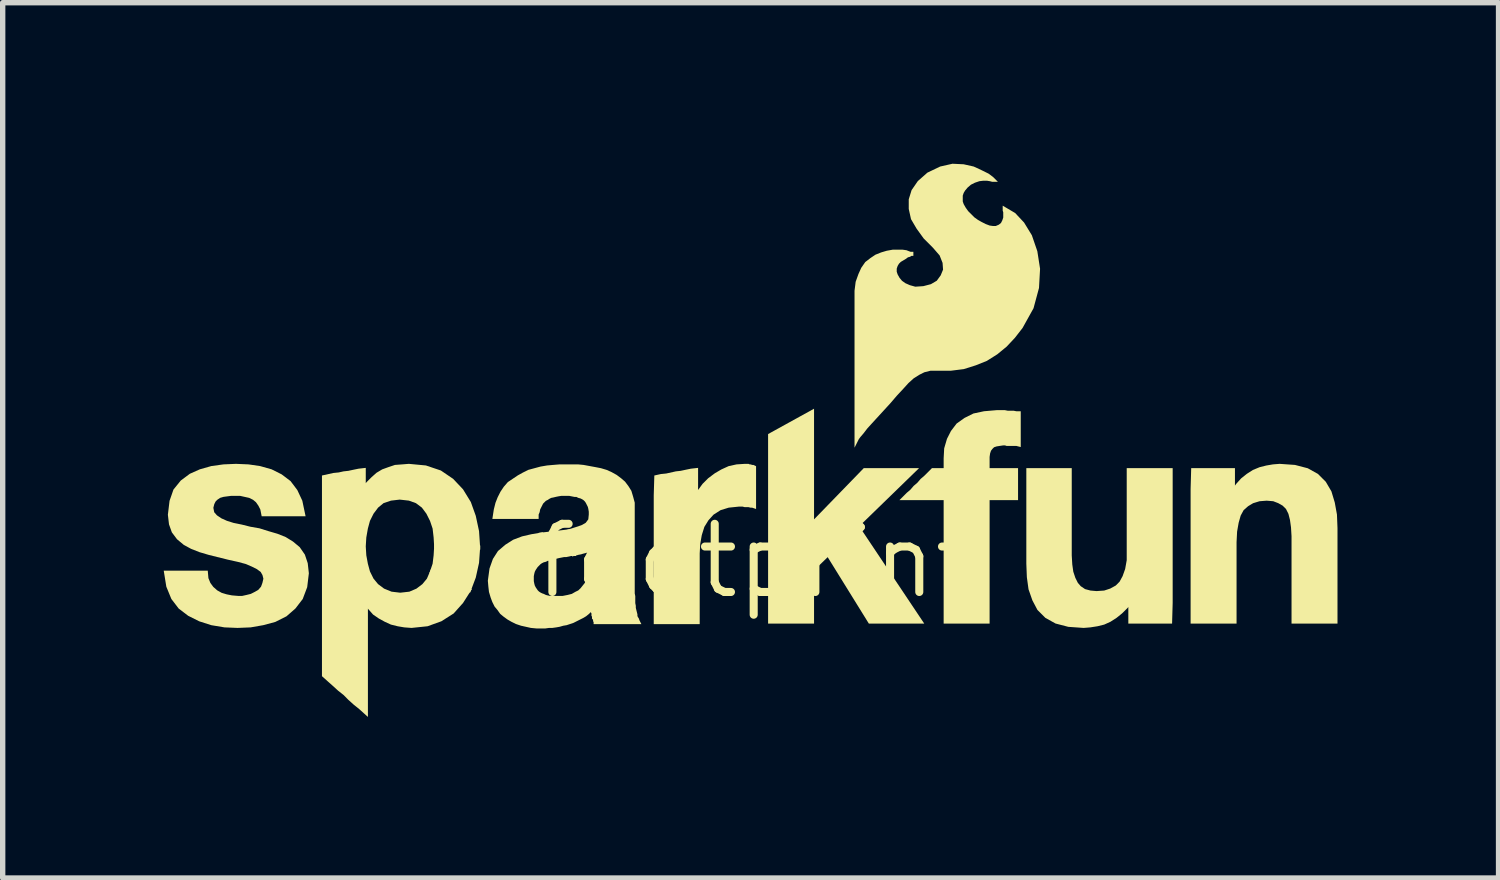
<source format=kicad_pcb>
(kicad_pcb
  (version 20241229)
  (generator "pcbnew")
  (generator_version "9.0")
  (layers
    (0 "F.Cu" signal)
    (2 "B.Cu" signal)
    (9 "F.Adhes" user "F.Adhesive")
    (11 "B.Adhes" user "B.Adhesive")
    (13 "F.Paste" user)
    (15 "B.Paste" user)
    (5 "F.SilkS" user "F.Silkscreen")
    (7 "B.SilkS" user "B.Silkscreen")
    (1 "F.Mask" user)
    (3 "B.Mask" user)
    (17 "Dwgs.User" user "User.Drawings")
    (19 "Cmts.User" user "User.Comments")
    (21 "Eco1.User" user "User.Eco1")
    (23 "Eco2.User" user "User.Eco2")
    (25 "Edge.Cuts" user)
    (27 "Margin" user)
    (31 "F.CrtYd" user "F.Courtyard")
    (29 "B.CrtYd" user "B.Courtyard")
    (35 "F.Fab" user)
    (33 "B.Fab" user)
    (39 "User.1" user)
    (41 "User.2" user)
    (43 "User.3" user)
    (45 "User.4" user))
  (footprint "footprint"
    (layer "F.Cu")
    (at 11.019 7.397)
    (property "Reference" "footprint" (at 0 0 0) (layer "F.SilkS") (effects (font (size 1.27 1.27) (thickness 0.15))))
    (fp_poly (pts (xy -5.123 -0.286) (xy -5.146 0.037) (xy -5.207 0.312) (xy -5.313 0.593) (xy -6.071 0.231) (xy -6.011 0.053) (xy -5.992 -0.102) (xy -5.98 -0.308)) (stroke (width 0) (type solid)) (fill yes) (layer "F.SilkS"))
    (fp_poly (pts (xy 1.094 -0.773) (xy 2.02 -1.727) (xy 3.05 -1.727) (xy 1.935 -0.644) (xy 3.147 1.169) (xy 2.115 1.169) (xy 1.348 -0.069) (xy 1.094 0.177) (xy 1.094 1.169) (xy 0.238 1.169) (xy 0.238 -2.362) (xy 1.094 -2.834)) (stroke (width 0) (type solid)) (fill yes) (layer "F.SilkS"))
    (fp_poly (pts (xy -3.337 -0.091) (xy -3.429 -0.091) (xy -3.466 -0.082) (xy -3.52 -0.071) (xy -3.56 -0.071) (xy -3.656 -0.052) (xy -3.696 -0.042) (xy -3.746 -0.032) (xy -3.859 -0.004) (xy -4.035 -0.522) (xy -3.808 -0.547) (xy -3.639 -0.567) (xy -3.444 -0.591)) (stroke (width 0) (type solid)) (fill yes) (layer "F.SilkS"))
    (fp_poly (pts (xy -0.105 -1.797) (xy -0.088 -1.797) (xy -0.058 -1.787) (xy -0.035 -1.787) (xy 0.014 -1.763) (xy 0.014 -0.966) (xy -0.06 -0.991) (xy -0.089 -0.991) (xy -0.129 -1.001) (xy -0.199 -1.001) (xy -0.239 -1.011) (xy -0.302 -1.011) (xy -0.496 -0.991) (xy -0.648 -0.944) (xy -0.779 -0.86) (xy -0.873 -0.756) (xy -0.949 -0.633) (xy -0.997 -0.48) (xy -1.026 -0.315) (xy -1.036 -0.138) (xy -1.036 1.179) (xy -1.892 1.179) (xy -1.892 -1.22) (xy -1.881 -1.59) (xy -1.76 -1.617) (xy -1.66 -1.627) (xy -1.48 -1.667) (xy -1.39 -1.677) (xy -1.302 -1.696) (xy -1.2 -1.717) (xy -1.066 -1.732) (xy -1.066 -1.32) (xy -0.983 -1.434) (xy -0.879 -1.538) (xy -0.755 -1.631) (xy -0.632 -1.703) (xy -0.496 -1.765) (xy -0.349 -1.797) (xy -0.195 -1.807) (xy -0.125 -1.807)) (stroke (width 0) (type solid)) (fill yes) (layer "F.SilkS"))
    (fp_poly (pts (xy 5.894 -0.1) (xy 5.904 0.067) (xy 5.923 0.202) (xy 5.961 0.316) (xy 6.008 0.41) (xy 6.062 0.472) (xy 6.142 0.526) (xy 6.243 0.553) (xy 6.356 0.563) (xy 6.499 0.553) (xy 6.611 0.516) (xy 6.713 0.46) (xy 6.785 0.388) (xy 6.841 0.285) (xy 6.889 0.151) (xy 6.918 -0.012) (xy 6.918 -1.727) (xy 7.774 -1.727) (xy 7.774 0.782) (xy 7.763 1.169) (xy 6.948 1.169) (xy 6.948 0.858) (xy 6.935 0.876) (xy 6.831 0.979) (xy 6.728 1.062) (xy 6.614 1.135) (xy 6.499 1.187) (xy 6.374 1.218) (xy 6.24 1.239) (xy 6.116 1.249) (xy 5.83 1.229) (xy 5.592 1.167) (xy 5.403 1.062) (xy 5.255 0.914) (xy 5.161 0.736) (xy 5.089 0.53) (xy 5.058 0.304) (xy 5.048 0.052) (xy 5.048 -1.727) (xy 5.894 -1.727)) (stroke (width 0) (type solid)) (fill yes) (layer "F.SilkS"))
    (fp_poly (pts (xy 10.052 -1.787) (xy 10.29 -1.725) (xy 10.479 -1.62) (xy 10.626 -1.473) (xy 10.731 -1.294) (xy 10.793 -1.088) (xy 10.834 -0.863) (xy 10.844 -0.61) (xy 10.844 1.169) (xy 9.988 1.169) (xy 9.988 -0.458) (xy 9.978 -0.625) (xy 9.959 -0.762) (xy 9.93 -0.876) (xy 9.885 -0.966) (xy 9.823 -1.028) (xy 9.74 -1.075) (xy 9.647 -1.111) (xy 9.526 -1.121) (xy 9.393 -1.111) (xy 9.272 -1.074) (xy 9.179 -1.018) (xy 9.096 -0.945) (xy 9.041 -0.844) (xy 9.003 -0.71) (xy 8.974 -0.545) (xy 8.964 -0.348) (xy 8.964 1.169) (xy 8.108 1.169) (xy 8.108 -1.34) (xy 8.119 -1.727) (xy 8.934 -1.727) (xy 8.934 -1.402) (xy 8.956 -1.433) (xy 9.05 -1.537) (xy 9.154 -1.62) (xy 9.268 -1.693) (xy 9.394 -1.745) (xy 9.518 -1.776) (xy 9.641 -1.797) (xy 9.766 -1.807)) (stroke (width 0) (type solid)) (fill yes) (layer "F.SilkS"))
    (fp_poly (pts (xy 4.7 -2.797) (xy 4.81 -2.797) (xy 4.86 -2.787) (xy 4.944 -2.787) (xy 4.944 -2.12) (xy 4.861 -2.141) (xy 4.68 -2.141) (xy 4.65 -2.151) (xy 4.619 -2.151) (xy 4.552 -2.141) (xy 4.495 -2.132) (xy 4.447 -2.116) (xy 4.415 -2.084) (xy 4.39 -2.051) (xy 4.373 -2) (xy 4.364 -1.936) (xy 4.364 -1.727) (xy 4.894 -1.727) (xy 4.894 -1.131) (xy 4.364 -1.131) (xy 4.364 1.169) (xy 3.508 1.169) (xy 3.508 -1.131) (xy 2.684 -1.131) (xy 2.82 -1.267) (xy 2.889 -1.326) (xy 2.949 -1.396) (xy 3.019 -1.456) (xy 3.079 -1.526) (xy 3.15 -1.587) (xy 3.29 -1.727) (xy 3.508 -1.727) (xy 3.508 -1.91) (xy 3.518 -2.096) (xy 3.57 -2.273) (xy 3.644 -2.419) (xy 3.749 -2.557) (xy 3.896 -2.662) (xy 4.063 -2.745) (xy 4.26 -2.787) (xy 4.494 -2.807) (xy 4.65 -2.807)) (stroke (width 0) (type solid)) (fill yes) (layer "F.SilkS"))
    (fp_poly (pts (xy -6.136 -1.777) (xy -5.857 -1.683) (xy -5.629 -1.528) (xy -5.444 -1.332) (xy -5.299 -1.096) (xy -5.207 -0.839) (xy -5.146 -0.554) (xy -5.123 -0.21) (xy -5.98 -0.232) (xy -5.992 -0.436) (xy -6.011 -0.601) (xy -6.059 -0.744) (xy -6.127 -0.879) (xy -6.211 -0.992) (xy -6.322 -1.075) (xy -6.453 -1.122) (xy -6.624 -1.141) (xy -6.786 -1.122) (xy -6.925 -1.075) (xy -7.026 -0.992) (xy -7.111 -0.879) (xy -7.178 -0.745) (xy -7.217 -0.601) (xy -7.246 -0.435) (xy -7.256 -0.269) (xy -7.246 -0.104) (xy -7.217 0.053) (xy -7.178 0.197) (xy -7.112 0.33) (xy -7.027 0.433) (xy -6.915 0.517) (xy -6.775 0.574) (xy -6.614 0.593) (xy -6.444 0.574) (xy -6.313 0.518) (xy -6.201 0.433) (xy -6.117 0.331) (xy -6.043 0.159) (xy -5.279 0.525) (xy -5.444 0.784) (xy -5.619 0.98) (xy -5.847 1.125) (xy -6.105 1.218) (xy -6.403 1.249) (xy -6.539 1.239) (xy -6.662 1.218) (xy -6.787 1.187) (xy -6.901 1.135) (xy -7.014 1.073) (xy -7.12 1) (xy -7.203 0.906) (xy -7.216 0.89) (xy -7.216 2.907) (xy -7.379 2.76) (xy -7.479 2.68) (xy -7.58 2.589) (xy -7.669 2.499) (xy -7.769 2.42) (xy -7.869 2.329) (xy -7.959 2.249) (xy -8.072 2.148) (xy -8.072 -1.59) (xy -7.86 -1.637) (xy -7.76 -1.647) (xy -7.67 -1.667) (xy -7.58 -1.677) (xy -7.492 -1.696) (xy -7.39 -1.717) (xy -7.256 -1.732) (xy -7.256 -1.446) (xy -7.243 -1.464) (xy -7.15 -1.557) (xy -7.057 -1.64) (xy -6.95 -1.704) (xy -6.837 -1.745) (xy -6.712 -1.787) (xy -6.577 -1.797) (xy -6.454 -1.807)) (stroke (width 0) (type solid)) (fill yes) (layer "F.SilkS"))
    (fp_poly (pts (xy -9.44 -1.797) (xy -9.226 -1.766) (xy -9.01 -1.705) (xy -8.824 -1.612) (xy -8.657 -1.486) (xy -8.531 -1.319) (xy -8.438 -1.121) (xy -8.377 -0.831) (xy -9.195 -0.831) (xy -9.22 -0.957) (xy -9.257 -1.029) (xy -9.302 -1.093) (xy -9.355 -1.137) (xy -9.427 -1.173) (xy -9.598 -1.211) (xy -9.762 -1.211) (xy -9.839 -1.201) (xy -9.906 -1.192) (xy -9.968 -1.174) (xy -10.02 -1.139) (xy -10.053 -1.106) (xy -10.078 -1.056) (xy -10.095 -0.988) (xy -10.079 -0.906) (xy -10.028 -0.848) (xy -9.945 -0.792) (xy -9.84 -0.745) (xy -9.715 -0.706) (xy -9.566 -0.676) (xy -9.406 -0.636) (xy -9.235 -0.606) (xy -9.073 -0.555) (xy -8.902 -0.505) (xy -8.747 -0.443) (xy -8.612 -0.36) (xy -8.486 -0.255) (xy -8.39 -0.116) (xy -8.337 0.043) (xy -8.316 0.231) (xy -8.347 0.49) (xy -8.43 0.71) (xy -8.566 0.887) (xy -8.733 1.033) (xy -8.94 1.137) (xy -9.166 1.198) (xy -9.4 1.239) (xy -9.644 1.249) (xy -9.888 1.239) (xy -10.133 1.198) (xy -10.358 1.126) (xy -10.564 1.023) (xy -10.741 0.888) (xy -10.877 0.71) (xy -10.971 0.481) (xy -11.019 0.183) (xy -10.199 0.183) (xy -10.187 0.322) (xy -10.15 0.412) (xy -10.096 0.485) (xy -10.022 0.55) (xy -9.939 0.596) (xy -9.845 0.624) (xy -9.749 0.643) (xy -9.632 0.653) (xy -9.558 0.653) (xy -9.473 0.634) (xy -9.397 0.615) (xy -9.322 0.577) (xy -9.259 0.541) (xy -9.207 0.481) (xy -9.181 0.41) (xy -9.163 0.332) (xy -9.18 0.265) (xy -9.213 0.207) (xy -9.284 0.154) (xy -9.38 0.106) (xy -9.496 0.057) (xy -9.643 0.018) (xy -9.823 -0.022) (xy -10.184 -0.112) (xy -10.356 -0.163) (xy -10.51 -0.224) (xy -10.645 -0.297) (xy -10.772 -0.403) (xy -10.868 -0.531) (xy -10.921 -0.68) (xy -10.942 -0.859) (xy -10.911 -1.118) (xy -10.838 -1.328) (xy -10.701 -1.497) (xy -10.533 -1.622) (xy -10.347 -1.705) (xy -10.132 -1.766) (xy -9.907 -1.797) (xy -9.674 -1.807)) (stroke (width 0) (type solid)) (fill yes) (layer "F.SilkS"))
    (fp_poly (pts (xy 3.881 -7.387) (xy 4.068 -7.345) (xy 4.223 -7.273) (xy 4.346 -7.212) (xy 4.431 -7.148) (xy 4.518 -7.061) (xy 4.411 -7.061) (xy 4.368 -7.072) (xy 4.313 -7.081) (xy 4.248 -7.081) (xy 4.174 -7.072) (xy 4.091 -7.044) (xy 4.017 -7.007) (xy 3.953 -6.952) (xy 3.907 -6.897) (xy 3.881 -6.853) (xy 3.864 -6.803) (xy 3.864 -6.695) (xy 3.881 -6.645) (xy 3.918 -6.58) (xy 3.965 -6.514) (xy 4.081 -6.398) (xy 4.147 -6.351) (xy 4.214 -6.313) (xy 4.291 -6.274) (xy 4.365 -6.246) (xy 4.429 -6.237) (xy 4.478 -6.237) (xy 4.536 -6.262) (xy 4.576 -6.294) (xy 4.601 -6.344) (xy 4.618 -6.395) (xy 4.618 -6.493) (xy 4.608 -6.523) (xy 4.608 -6.616) (xy 4.84 -6.479) (xy 5.006 -6.302) (xy 5.151 -6.065) (xy 5.253 -5.768) (xy 5.304 -5.441) (xy 5.284 -5.083) (xy 5.182 -4.705) (xy 4.978 -4.338) (xy 4.835 -4.154) (xy 4.682 -3.991) (xy 4.508 -3.848) (xy 4.313 -3.725) (xy 4.109 -3.643) (xy 3.884 -3.572) (xy 3.638 -3.541) (xy 3.261 -3.541) (xy 3.149 -3.513) (xy 3.055 -3.466) (xy 2.949 -3.399) (xy 2.853 -3.312) (xy 2.754 -3.203) (xy 2.634 -3.074) (xy 2.514 -2.934) (xy 2.394 -2.803) (xy 2.174 -2.563) (xy 2.085 -2.465) (xy 2.016 -2.375) (xy 1.956 -2.305) (xy 1.929 -2.269) (xy 1.848 -2.108) (xy 1.848 -5.031) (xy 1.869 -5.198) (xy 1.921 -5.343) (xy 1.973 -5.458) (xy 2.048 -5.566) (xy 2.144 -5.64) (xy 2.238 -5.703) (xy 2.343 -5.745) (xy 2.447 -5.776) (xy 2.563 -5.797) (xy 2.739 -5.797) (xy 2.816 -5.786) (xy 2.869 -5.765) (xy 2.892 -5.757) (xy 2.944 -5.757) (xy 2.944 -5.681) (xy 2.908 -5.681) (xy 2.882 -5.664) (xy 2.843 -5.654) (xy 2.807 -5.627) (xy 2.71 -5.569) (xy 2.676 -5.535) (xy 2.651 -5.493) (xy 2.634 -5.443) (xy 2.634 -5.385) (xy 2.651 -5.335) (xy 2.687 -5.271) (xy 2.732 -5.217) (xy 2.795 -5.172) (xy 2.879 -5.135) (xy 2.98 -5.107) (xy 3.13 -5.117) (xy 3.271 -5.154) (xy 3.38 -5.218) (xy 3.453 -5.318) (xy 3.497 -5.425) (xy 3.488 -5.55) (xy 3.433 -5.689) (xy 3.308 -5.833) (xy 3.137 -6.004) (xy 3.004 -6.188) (xy 2.9 -6.365) (xy 2.858 -6.555) (xy 2.858 -6.735) (xy 2.911 -6.906) (xy 3.027 -7.074) (xy 3.205 -7.231) (xy 3.443 -7.345) (xy 3.673 -7.397)) (stroke (width 0) (type solid)) (fill yes) (layer "F.SilkS"))
    (fp_poly (pts (xy -3.199 -1.787) (xy -2.977 -1.746) (xy -2.875 -1.726) (xy -2.771 -1.695) (xy -2.677 -1.653) (xy -2.583 -1.601) (xy -2.5 -1.539) (xy -2.426 -1.475) (xy -2.363 -1.391) (xy -2.309 -1.305) (xy -2.277 -1.199) (xy -2.246 -1.084) (xy -2.246 0.607) (xy -2.236 0.657) (xy -2.236 0.787) (xy -2.226 0.837) (xy -2.226 0.876) (xy -2.196 0.996) (xy -2.196 1.025) (xy -2.189 1.044) (xy -2.169 1.074) (xy -2.159 1.106) (xy -2.122 1.179) (xy -3.012 1.179) (xy -3.012 1.137) (xy -3.022 1.127) (xy -3.022 1.1) (xy -3.025 1.094) (xy -3.042 1.077) (xy -3.042 1.037) (xy -3.052 1.027) (xy -3.052 0.98) (xy -3.062 0.96) (xy -3.062 0.953) (xy -3.099 0.989) (xy -3.152 1.032) (xy -3.206 1.064) (xy -3.389 1.156) (xy -3.515 1.198) (xy -3.576 1.208) (xy -3.646 1.228) (xy -3.708 1.239) (xy -3.781 1.249) (xy -3.841 1.249) (xy -3.911 1.259) (xy -4.076 1.259) (xy -4.18 1.249) (xy -4.364 1.208) (xy -4.459 1.176) (xy -4.542 1.135) (xy -4.615 1.093) (xy -4.687 1.041) (xy -4.752 0.987) (xy -4.804 0.914) (xy -4.856 0.852) (xy -4.899 0.766) (xy -4.93 0.683) (xy -4.961 0.579) (xy -4.972 0.485) (xy -4.982 0.37) (xy -4.951 0.142) (xy -4.888 -0.036) (xy -4.793 -0.184) (xy -4.657 -0.3) (xy -4.511 -0.393) (xy -4.345 -0.456) (xy -4.172 -0.496) (xy -3.958 -0.532) (xy -3.785 -0.022) (xy -3.861 -0.003) (xy -3.901 0.017) (xy -3.941 0.027) (xy -3.975 0.044) (xy -4 0.061) (xy -4.054 0.115) (xy -4.091 0.17) (xy -4.108 0.204) (xy -4.117 0.239) (xy -4.126 0.285) (xy -4.126 0.377) (xy -4.117 0.423) (xy -4.108 0.458) (xy -4.091 0.492) (xy -4.054 0.547) (xy -4.03 0.571) (xy -4.005 0.588) (xy -3.969 0.606) (xy -3.939 0.616) (xy -3.901 0.635) (xy -3.866 0.644) (xy -3.82 0.653) (xy -3.588 0.653) (xy -3.492 0.634) (xy -3.418 0.615) (xy -3.352 0.577) (xy -3.297 0.55) (xy -3.252 0.506) (xy -3.177 0.412) (xy -3.159 0.365) (xy -3.13 0.309) (xy -3.102 0.167) (xy -3.102 -0.171) (xy -3.128 -0.154) (xy -3.213 -0.132) (xy -3.244 -0.122) (xy -3.296 -0.112) (xy -3.413 -0.082) (xy -3.519 -0.575) (xy -3.356 -0.625) (xy -3.239 -0.664) (xy -3.16 -0.708) (xy -3.111 -0.773) (xy -3.102 -0.861) (xy -3.102 -0.916) (xy -3.111 -0.971) (xy -3.12 -1.006) (xy -3.157 -1.08) (xy -3.174 -1.105) (xy -3.198 -1.129) (xy -3.223 -1.146) (xy -3.257 -1.163) (xy -3.297 -1.173) (xy -3.333 -1.191) (xy -3.368 -1.191) (xy -3.468 -1.211) (xy -3.611 -1.211) (xy -3.667 -1.202) (xy -3.716 -1.192) (xy -3.756 -1.182) (xy -3.802 -1.173) (xy -3.835 -1.156) (xy -3.865 -1.136) (xy -3.901 -1.118) (xy -3.953 -1.066) (xy -4.008 -0.957) (xy -4.017 -0.908) (xy -4.036 -0.862) (xy -4.036 -0.781) (xy -4.898 -0.781) (xy -4.871 -0.957) (xy -4.84 -1.081) (xy -4.799 -1.185) (xy -4.747 -1.288) (xy -4.684 -1.382) (xy -4.609 -1.468) (xy -4.424 -1.592) (xy -4.332 -1.643) (xy -4.228 -1.695) (xy -4.002 -1.756) (xy -3.879 -1.777) (xy -3.767 -1.787) (xy -3.646 -1.797) (xy -3.302 -1.797)) (stroke (width 0) (type solid)) (fill yes) (layer "F.SilkS")))
  (gr_rect
    (start -3 -3)
    (end 24.863 13.304)
    (stroke (width 0.1) (type default))
    (fill no)
    (layer "Edge.Cuts")))
</source>
